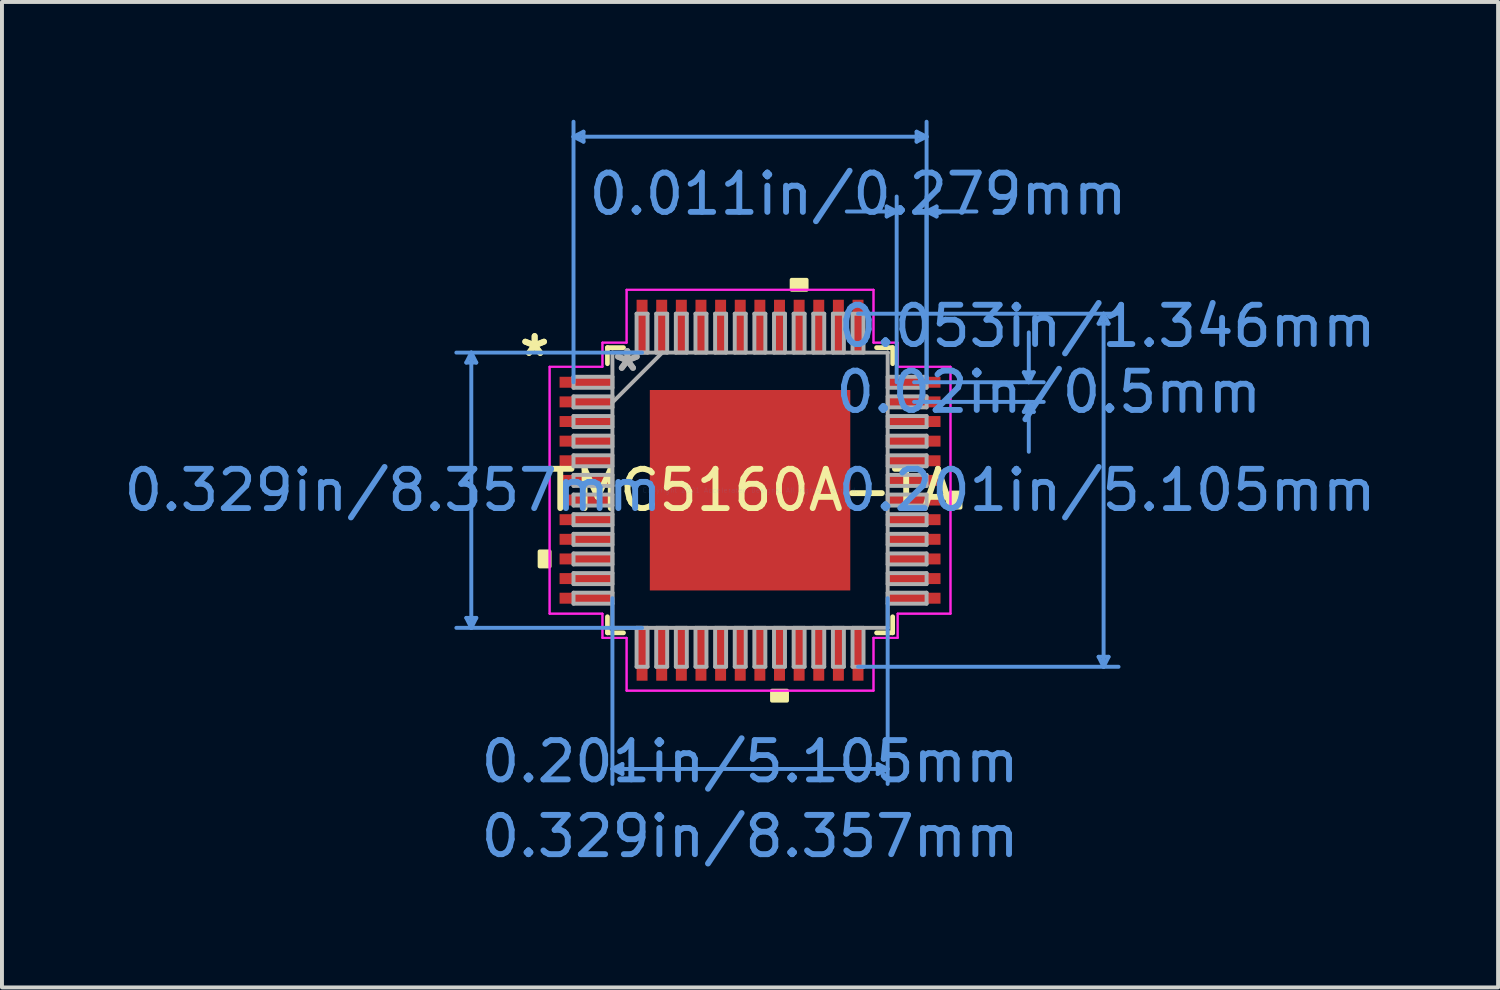
<source format=kicad_pcb>
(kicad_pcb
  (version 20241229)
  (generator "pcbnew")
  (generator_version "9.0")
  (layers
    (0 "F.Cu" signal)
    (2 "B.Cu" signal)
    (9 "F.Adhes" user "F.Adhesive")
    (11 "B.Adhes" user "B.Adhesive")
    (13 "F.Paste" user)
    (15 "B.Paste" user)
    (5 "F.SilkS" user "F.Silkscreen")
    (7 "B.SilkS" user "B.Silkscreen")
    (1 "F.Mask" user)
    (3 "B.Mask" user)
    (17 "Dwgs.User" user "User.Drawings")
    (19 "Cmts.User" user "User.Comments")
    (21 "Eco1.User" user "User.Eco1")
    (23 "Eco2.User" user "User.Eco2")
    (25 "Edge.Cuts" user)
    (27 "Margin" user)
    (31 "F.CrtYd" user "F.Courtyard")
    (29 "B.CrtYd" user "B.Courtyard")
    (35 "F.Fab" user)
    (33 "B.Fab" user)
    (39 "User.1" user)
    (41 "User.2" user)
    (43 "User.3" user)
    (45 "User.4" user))
  (footprint "TMC5160A-TA"
    (layer "F.Cu")
    (at 16.052 9.435)
    (property "Reference" "TMC5160A-TA" (at 0 0 0) (layer "F.SilkS") (effects (font (size 1 1) (thickness 0.15))))
    (attr through_hole)
    (fp_line (start -3.632 -3.632) (end -3.632 -3.222) (stroke (width 0.12) (type solid)) (layer "F.SilkS"))
    (fp_line (start -3.632 3.222) (end -3.632 3.632) (stroke (width 0.12) (type solid)) (layer "F.SilkS"))
    (fp_line (start -3.632 3.632) (end -3.222 3.632) (stroke (width 0.12) (type solid)) (layer "F.SilkS"))
    (fp_line (start -3.222 -3.632) (end -3.632 -3.632) (stroke (width 0.12) (type solid)) (layer "F.SilkS"))
    (fp_line (start 3.222 3.632) (end 3.632 3.632) (stroke (width 0.12) (type solid)) (layer "F.SilkS"))
    (fp_line (start 3.632 -3.632) (end 3.222 -3.632) (stroke (width 0.12) (type solid)) (layer "F.SilkS"))
    (fp_line (start 3.632 -3.222) (end 3.632 -3.632) (stroke (width 0.12) (type solid)) (layer "F.SilkS"))
    (fp_line (start 3.632 3.632) (end 3.632 3.222) (stroke (width 0.12) (type solid)) (layer "F.SilkS"))
    (fp_poly (pts (xy -5.359 1.559) (xy -5.359 1.94) (xy -5.105 1.94) (xy -5.105 1.559)) (stroke (width 0.1) (type solid)) (fill yes) (layer "F.SilkS"))
    (fp_poly (pts (xy 0.56 5.105) (xy 0.56 5.359) (xy 0.941 5.359) (xy 0.941 5.105)) (stroke (width 0.1) (type solid)) (fill yes) (layer "F.SilkS"))
    (fp_poly (pts (xy 1.06 -5.105) (xy 1.06 -5.359) (xy 1.44 -5.359) (xy 1.44 -5.105)) (stroke (width 0.1) (type solid)) (fill yes) (layer "F.SilkS"))
    (fp_poly (pts (xy 5.359 0.059) (xy 5.359 0.441) (xy 5.105 0.441) (xy 5.105 0.059)) (stroke (width 0.1) (type solid)) (fill yes) (layer "F.SilkS"))
    (fp_poly (pts (xy -2.453 -2.453) (xy -2.453 -1.376) (xy -1.376 -1.376) (xy -1.376 -2.453)) (stroke (width 0.1) (type solid)) (fill yes) (layer "F.Paste"))
    (fp_poly (pts (xy -2.453 -1.176) (xy -2.453 -0.1) (xy -1.376 -0.1) (xy -1.376 -1.176)) (stroke (width 0.1) (type solid)) (fill yes) (layer "F.Paste"))
    (fp_poly (pts (xy -2.453 0.1) (xy -2.453 1.176) (xy -1.376 1.176) (xy -1.376 0.1)) (stroke (width 0.1) (type solid)) (fill yes) (layer "F.Paste"))
    (fp_poly (pts (xy -2.453 1.376) (xy -2.453 2.453) (xy -1.376 2.453) (xy -1.376 1.376)) (stroke (width 0.1) (type solid)) (fill yes) (layer "F.Paste"))
    (fp_poly (pts (xy -1.176 -2.453) (xy -1.176 -1.376) (xy -0.1 -1.376) (xy -0.1 -2.453)) (stroke (width 0.1) (type solid)) (fill yes) (layer "F.Paste"))
    (fp_poly (pts (xy -1.176 -1.176) (xy -1.176 -0.1) (xy -0.1 -0.1) (xy -0.1 -1.176)) (stroke (width 0.1) (type solid)) (fill yes) (layer "F.Paste"))
    (fp_poly (pts (xy -1.176 0.1) (xy -1.176 1.176) (xy -0.1 1.176) (xy -0.1 0.1)) (stroke (width 0.1) (type solid)) (fill yes) (layer "F.Paste"))
    (fp_poly (pts (xy -1.176 1.376) (xy -1.176 2.453) (xy -0.1 2.453) (xy -0.1 1.376)) (stroke (width 0.1) (type solid)) (fill yes) (layer "F.Paste"))
    (fp_poly (pts (xy 0.1 -2.453) (xy 0.1 -1.376) (xy 1.176 -1.376) (xy 1.176 -2.453)) (stroke (width 0.1) (type solid)) (fill yes) (layer "F.Paste"))
    (fp_poly (pts (xy 0.1 -1.176) (xy 0.1 -0.1) (xy 1.176 -0.1) (xy 1.176 -1.176)) (stroke (width 0.1) (type solid)) (fill yes) (layer "F.Paste"))
    (fp_poly (pts (xy 0.1 0.1) (xy 0.1 1.176) (xy 1.176 1.176) (xy 1.176 0.1)) (stroke (width 0.1) (type solid)) (fill yes) (layer "F.Paste"))
    (fp_poly (pts (xy 0.1 1.376) (xy 0.1 2.453) (xy 1.176 2.453) (xy 1.176 1.376)) (stroke (width 0.1) (type solid)) (fill yes) (layer "F.Paste"))
    (fp_poly (pts (xy 1.376 -2.453) (xy 1.376 -1.376) (xy 2.453 -1.376) (xy 2.453 -2.453)) (stroke (width 0.1) (type solid)) (fill yes) (layer "F.Paste"))
    (fp_poly (pts (xy 1.376 -1.176) (xy 1.376 -0.1) (xy 2.453 -0.1) (xy 2.453 -1.176)) (stroke (width 0.1) (type solid)) (fill yes) (layer "F.Paste"))
    (fp_poly (pts (xy 1.376 0.1) (xy 1.376 1.176) (xy 2.453 1.176) (xy 2.453 0.1)) (stroke (width 0.1) (type solid)) (fill yes) (layer "F.Paste"))
    (fp_poly (pts (xy 1.376 1.376) (xy 1.376 2.453) (xy 2.453 2.453) (xy 2.453 1.376)) (stroke (width 0.1) (type solid)) (fill yes) (layer "F.Paste"))
    (fp_line (start -7.226 -3.251) (end -6.972 -3.251) (stroke (width 0.1) (type solid)) (layer "Cmts.User"))
    (fp_line (start -7.226 3.251) (end -6.972 3.251) (stroke (width 0.1) (type solid)) (layer "Cmts.User"))
    (fp_line (start -7.099 -3.505) (end -7.226 -3.251) (stroke (width 0.1) (type solid)) (layer "Cmts.User"))
    (fp_line (start -7.099 -3.505) (end -7.099 3.505) (stroke (width 0.1) (type solid)) (layer "Cmts.User"))
    (fp_line (start -7.099 -3.505) (end -6.972 -3.251) (stroke (width 0.1) (type solid)) (layer "Cmts.User"))
    (fp_line (start -7.099 3.505) (end -7.226 3.251) (stroke (width 0.1) (type solid)) (layer "Cmts.User"))
    (fp_line (start -7.099 3.505) (end -6.972 3.251) (stroke (width 0.1) (type solid)) (layer "Cmts.User"))
    (fp_line (start -4.496 -9.004) (end -4.242 -9.131) (stroke (width 0.1) (type solid)) (layer "Cmts.User"))
    (fp_line (start -4.496 -9.004) (end -4.242 -8.877) (stroke (width 0.1) (type solid)) (layer "Cmts.User"))
    (fp_line (start -4.496 -9.004) (end 4.496 -9.004) (stroke (width 0.1) (type solid)) (layer "Cmts.User"))
    (fp_line (start -4.496 -2.75) (end -4.496 -9.385) (stroke (width 0.1) (type solid)) (layer "Cmts.User"))
    (fp_line (start -4.242 -9.131) (end -4.242 -8.877) (stroke (width 0.1) (type solid)) (layer "Cmts.User"))
    (fp_line (start -3.505 2.75) (end -3.505 7.48) (stroke (width 0.1) (type solid)) (layer "Cmts.User"))
    (fp_line (start -3.505 7.099) (end -3.251 6.972) (stroke (width 0.1) (type solid)) (layer "Cmts.User"))
    (fp_line (start -3.505 7.099) (end -3.251 7.226) (stroke (width 0.1) (type solid)) (layer "Cmts.User"))
    (fp_line (start -3.505 7.099) (end 3.505 7.099) (stroke (width 0.1) (type solid)) (layer "Cmts.User"))
    (fp_line (start -3.251 6.972) (end -3.251 7.226) (stroke (width 0.1) (type solid)) (layer "Cmts.User"))
    (fp_line (start -2.75 -3.505) (end -7.48 -3.505) (stroke (width 0.1) (type solid)) (layer "Cmts.User"))
    (fp_line (start -2.75 3.505) (end -7.48 3.505) (stroke (width 0.1) (type solid)) (layer "Cmts.User"))
    (fp_line (start 2.75 -4.496) (end 9.385 -4.496) (stroke (width 0.1) (type solid)) (layer "Cmts.User"))
    (fp_line (start 2.75 4.496) (end 9.385 4.496) (stroke (width 0.1) (type solid)) (layer "Cmts.User"))
    (fp_line (start 3.251 6.972) (end 3.251 7.226) (stroke (width 0.1) (type solid)) (layer "Cmts.User"))
    (fp_line (start 3.48 -7.226) (end 3.48 -6.972) (stroke (width 0.1) (type solid)) (layer "Cmts.User"))
    (fp_line (start 3.505 2.75) (end 3.505 7.48) (stroke (width 0.1) (type solid)) (layer "Cmts.User"))
    (fp_line (start 3.505 7.099) (end 3.251 6.972) (stroke (width 0.1) (type solid)) (layer "Cmts.User"))
    (fp_line (start 3.505 7.099) (end 3.251 7.226) (stroke (width 0.1) (type solid)) (layer "Cmts.User"))
    (fp_line (start 3.734 -7.099) (end 2.464 -7.099) (stroke (width 0.1) (type solid)) (layer "Cmts.User"))
    (fp_line (start 3.734 -7.099) (end 3.48 -7.226) (stroke (width 0.1) (type solid)) (layer "Cmts.User"))
    (fp_line (start 3.734 -7.099) (end 3.48 -6.972) (stroke (width 0.1) (type solid)) (layer "Cmts.User"))
    (fp_line (start 3.734 -2.75) (end 3.734 -7.48) (stroke (width 0.1) (type solid)) (layer "Cmts.User"))
    (fp_line (start 4.178 -2.75) (end 7.48 -2.75) (stroke (width 0.1) (type solid)) (layer "Cmts.User"))
    (fp_line (start 4.178 -2.25) (end 7.48 -2.25) (stroke (width 0.1) (type solid)) (layer "Cmts.User"))
    (fp_line (start 4.242 -9.131) (end 4.242 -8.877) (stroke (width 0.1) (type solid)) (layer "Cmts.User"))
    (fp_line (start 4.496 -9.004) (end 4.242 -9.131) (stroke (width 0.1) (type solid)) (layer "Cmts.User"))
    (fp_line (start 4.496 -9.004) (end 4.242 -8.877) (stroke (width 0.1) (type solid)) (layer "Cmts.User"))
    (fp_line (start 4.496 -7.099) (end 4.75 -7.226) (stroke (width 0.1) (type solid)) (layer "Cmts.User"))
    (fp_line (start 4.496 -7.099) (end 4.75 -6.972) (stroke (width 0.1) (type solid)) (layer "Cmts.User"))
    (fp_line (start 4.496 -7.099) (end 5.766 -7.099) (stroke (width 0.1) (type solid)) (layer "Cmts.User"))
    (fp_line (start 4.496 -2.75) (end 4.496 -9.385) (stroke (width 0.1) (type solid)) (layer "Cmts.User"))
    (fp_line (start 4.496 -2.75) (end 4.496 -7.48) (stroke (width 0.1) (type solid)) (layer "Cmts.User"))
    (fp_line (start 4.75 -7.226) (end 4.75 -6.972) (stroke (width 0.1) (type solid)) (layer "Cmts.User"))
    (fp_line (start 6.972 -3.004) (end 7.226 -3.004) (stroke (width 0.1) (type solid)) (layer "Cmts.User"))
    (fp_line (start 6.972 -1.996) (end 7.226 -1.996) (stroke (width 0.1) (type solid)) (layer "Cmts.User"))
    (fp_line (start 7.099 -2.75) (end 6.972 -3.004) (stroke (width 0.1) (type solid)) (layer "Cmts.User"))
    (fp_line (start 7.099 -2.75) (end 7.099 -4.02) (stroke (width 0.1) (type solid)) (layer "Cmts.User"))
    (fp_line (start 7.099 -2.75) (end 7.226 -3.004) (stroke (width 0.1) (type solid)) (layer "Cmts.User"))
    (fp_line (start 7.099 -2.25) (end 6.972 -1.996) (stroke (width 0.1) (type solid)) (layer "Cmts.User"))
    (fp_line (start 7.099 -2.25) (end 7.099 -0.98) (stroke (width 0.1) (type solid)) (layer "Cmts.User"))
    (fp_line (start 7.099 -2.25) (end 7.226 -1.996) (stroke (width 0.1) (type solid)) (layer "Cmts.User"))
    (fp_line (start 8.877 -4.242) (end 9.131 -4.242) (stroke (width 0.1) (type solid)) (layer "Cmts.User"))
    (fp_line (start 8.877 4.242) (end 9.131 4.242) (stroke (width 0.1) (type solid)) (layer "Cmts.User"))
    (fp_line (start 9.004 -4.496) (end 8.877 -4.242) (stroke (width 0.1) (type solid)) (layer "Cmts.User"))
    (fp_line (start 9.004 -4.496) (end 9.004 4.496) (stroke (width 0.1) (type solid)) (layer "Cmts.User"))
    (fp_line (start 9.004 -4.496) (end 9.131 -4.242) (stroke (width 0.1) (type solid)) (layer "Cmts.User"))
    (fp_line (start 9.004 4.496) (end 8.877 4.242) (stroke (width 0.1) (type solid)) (layer "Cmts.User"))
    (fp_line (start 9.004 4.496) (end 9.131 4.242) (stroke (width 0.1) (type solid)) (layer "Cmts.User"))
    (fp_line (start -5.105 -3.144) (end -3.759 -3.144) (stroke (width 0.05) (type solid)) (layer "F.CrtYd"))
    (fp_line (start -5.105 -3.144) (end -3.759 -3.144) (stroke (width 0.05) (type solid)) (layer "F.CrtYd"))
    (fp_line (start -5.105 3.144) (end -5.105 -3.144) (stroke (width 0.05) (type solid)) (layer "F.CrtYd"))
    (fp_line (start -5.105 3.144) (end -5.105 -3.144) (stroke (width 0.05) (type solid)) (layer "F.CrtYd"))
    (fp_line (start -3.759 -3.759) (end -3.144 -3.759) (stroke (width 0.05) (type solid)) (layer "F.CrtYd"))
    (fp_line (start -3.759 -3.759) (end -3.144 -3.759) (stroke (width 0.05) (type solid)) (layer "F.CrtYd"))
    (fp_line (start -3.759 -3.144) (end -3.759 -3.759) (stroke (width 0.05) (type solid)) (layer "F.CrtYd"))
    (fp_line (start -3.759 -3.144) (end -3.759 -3.759) (stroke (width 0.05) (type solid)) (layer "F.CrtYd"))
    (fp_line (start -3.759 3.144) (end -5.105 3.144) (stroke (width 0.05) (type solid)) (layer "F.CrtYd"))
    (fp_line (start -3.759 3.144) (end -5.105 3.144) (stroke (width 0.05) (type solid)) (layer "F.CrtYd"))
    (fp_line (start -3.759 3.759) (end -3.759 3.144) (stroke (width 0.05) (type solid)) (layer "F.CrtYd"))
    (fp_line (start -3.759 3.759) (end -3.759 3.144) (stroke (width 0.05) (type solid)) (layer "F.CrtYd"))
    (fp_line (start -3.759 3.759) (end -3.144 3.759) (stroke (width 0.05) (type solid)) (layer "F.CrtYd"))
    (fp_line (start -3.144 -5.105) (end 3.144 -5.105) (stroke (width 0.05) (type solid)) (layer "F.CrtYd"))
    (fp_line (start -3.144 -5.105) (end 3.144 -5.105) (stroke (width 0.05) (type solid)) (layer "F.CrtYd"))
    (fp_line (start -3.144 -3.759) (end -3.144 -5.105) (stroke (width 0.05) (type solid)) (layer "F.CrtYd"))
    (fp_line (start -3.144 -3.759) (end -3.144 -5.105) (stroke (width 0.05) (type solid)) (layer "F.CrtYd"))
    (fp_line (start -3.144 3.759) (end -3.759 3.759) (stroke (width 0.05) (type solid)) (layer "F.CrtYd"))
    (fp_line (start -3.144 3.759) (end -3.144 5.105) (stroke (width 0.05) (type solid)) (layer "F.CrtYd"))
    (fp_line (start -3.144 5.105) (end -3.144 3.759) (stroke (width 0.05) (type solid)) (layer "F.CrtYd"))
    (fp_line (start -3.144 5.105) (end 3.144 5.105) (stroke (width 0.05) (type solid)) (layer "F.CrtYd"))
    (fp_line (start 3.144 -5.105) (end 3.144 -3.759) (stroke (width 0.05) (type solid)) (layer "F.CrtYd"))
    (fp_line (start 3.144 -5.105) (end 3.144 -3.759) (stroke (width 0.05) (type solid)) (layer "F.CrtYd"))
    (fp_line (start 3.144 -3.759) (end 3.759 -3.759) (stroke (width 0.05) (type solid)) (layer "F.CrtYd"))
    (fp_line (start 3.144 -3.759) (end 3.759 -3.759) (stroke (width 0.05) (type solid)) (layer "F.CrtYd"))
    (fp_line (start 3.144 3.759) (end 3.144 5.105) (stroke (width 0.05) (type solid)) (layer "F.CrtYd"))
    (fp_line (start 3.144 3.759) (end 3.759 3.759) (stroke (width 0.05) (type solid)) (layer "F.CrtYd"))
    (fp_line (start 3.144 5.105) (end -3.144 5.105) (stroke (width 0.05) (type solid)) (layer "F.CrtYd"))
    (fp_line (start 3.144 5.105) (end 3.144 3.759) (stroke (width 0.05) (type solid)) (layer "F.CrtYd"))
    (fp_line (start 3.759 -3.759) (end 3.759 -3.144) (stroke (width 0.05) (type solid)) (layer "F.CrtYd"))
    (fp_line (start 3.759 -3.144) (end 3.759 -3.759) (stroke (width 0.05) (type solid)) (layer "F.CrtYd"))
    (fp_line (start 3.759 -3.144) (end 5.105 -3.144) (stroke (width 0.05) (type solid)) (layer "F.CrtYd"))
    (fp_line (start 3.759 3.144) (end 3.759 3.759) (stroke (width 0.05) (type solid)) (layer "F.CrtYd"))
    (fp_line (start 3.759 3.144) (end 5.105 3.144) (stroke (width 0.05) (type solid)) (layer "F.CrtYd"))
    (fp_line (start 3.759 3.759) (end 3.144 3.759) (stroke (width 0.05) (type solid)) (layer "F.CrtYd"))
    (fp_line (start 3.759 3.759) (end 3.759 3.144) (stroke (width 0.05) (type solid)) (layer "F.CrtYd"))
    (fp_line (start 5.105 -3.144) (end 3.759 -3.144) (stroke (width 0.05) (type solid)) (layer "F.CrtYd"))
    (fp_line (start 5.105 -3.144) (end 5.105 3.144) (stroke (width 0.05) (type solid)) (layer "F.CrtYd"))
    (fp_line (start 5.105 3.144) (end 3.759 3.144) (stroke (width 0.05) (type solid)) (layer "F.CrtYd"))
    (fp_line (start 5.105 3.144) (end 5.105 -3.144) (stroke (width 0.05) (type solid)) (layer "F.CrtYd"))
    (fp_line (start -4.496 -2.89) (end -4.496 -2.61) (stroke (width 0.1) (type solid)) (layer "F.Fab"))
    (fp_line (start -4.496 -2.61) (end -3.505 -2.61) (stroke (width 0.1) (type solid)) (layer "F.Fab"))
    (fp_line (start -4.496 -2.39) (end -4.496 -2.11) (stroke (width 0.1) (type solid)) (layer "F.Fab"))
    (fp_line (start -4.496 -2.11) (end -3.505 -2.11) (stroke (width 0.1) (type solid)) (layer "F.Fab"))
    (fp_line (start -4.496 -1.89) (end -4.496 -1.61) (stroke (width 0.1) (type solid)) (layer "F.Fab"))
    (fp_line (start -4.496 -1.61) (end -3.505 -1.61) (stroke (width 0.1) (type solid)) (layer "F.Fab"))
    (fp_line (start -4.496 -1.39) (end -4.496 -1.11) (stroke (width 0.1) (type solid)) (layer "F.Fab"))
    (fp_line (start -4.496 -1.11) (end -3.505 -1.11) (stroke (width 0.1) (type solid)) (layer "F.Fab"))
    (fp_line (start -4.496 -0.89) (end -4.496 -0.61) (stroke (width 0.1) (type solid)) (layer "F.Fab"))
    (fp_line (start -4.496 -0.61) (end -3.505 -0.61) (stroke (width 0.1) (type solid)) (layer "F.Fab"))
    (fp_line (start -4.496 -0.39) (end -4.496 -0.11) (stroke (width 0.1) (type solid)) (layer "F.Fab"))
    (fp_line (start -4.496 -0.11) (end -3.505 -0.11) (stroke (width 0.1) (type solid)) (layer "F.Fab"))
    (fp_line (start -4.496 0.11) (end -4.496 0.39) (stroke (width 0.1) (type solid)) (layer "F.Fab"))
    (fp_line (start -4.496 0.39) (end -3.505 0.39) (stroke (width 0.1) (type solid)) (layer "F.Fab"))
    (fp_line (start -4.496 0.61) (end -4.496 0.89) (stroke (width 0.1) (type solid)) (layer "F.Fab"))
    (fp_line (start -4.496 0.89) (end -3.505 0.89) (stroke (width 0.1) (type solid)) (layer "F.Fab"))
    (fp_line (start -4.496 1.11) (end -4.496 1.39) (stroke (width 0.1) (type solid)) (layer "F.Fab"))
    (fp_line (start -4.496 1.39) (end -3.505 1.39) (stroke (width 0.1) (type solid)) (layer "F.Fab"))
    (fp_line (start -4.496 1.61) (end -4.496 1.89) (stroke (width 0.1) (type solid)) (layer "F.Fab"))
    (fp_line (start -4.496 1.89) (end -3.505 1.89) (stroke (width 0.1) (type solid)) (layer "F.Fab"))
    (fp_line (start -4.496 2.11) (end -4.496 2.39) (stroke (width 0.1) (type solid)) (layer "F.Fab"))
    (fp_line (start -4.496 2.39) (end -3.505 2.39) (stroke (width 0.1) (type solid)) (layer "F.Fab"))
    (fp_line (start -4.496 2.61) (end -4.496 2.89) (stroke (width 0.1) (type solid)) (layer "F.Fab"))
    (fp_line (start -4.496 2.89) (end -3.505 2.89) (stroke (width 0.1) (type solid)) (layer "F.Fab"))
    (fp_line (start -3.505 -3.505) (end -3.505 -3.505) (stroke (width 0.1) (type solid)) (layer "F.Fab"))
    (fp_line (start -3.505 -3.505) (end -3.505 3.505) (stroke (width 0.1) (type solid)) (layer "F.Fab"))
    (fp_line (start -3.505 -2.89) (end -4.496 -2.89) (stroke (width 0.1) (type solid)) (layer "F.Fab"))
    (fp_line (start -3.505 -2.61) (end -3.505 -2.89) (stroke (width 0.1) (type solid)) (layer "F.Fab"))
    (fp_line (start -3.505 -2.39) (end -4.496 -2.39) (stroke (width 0.1) (type solid)) (layer "F.Fab"))
    (fp_line (start -3.505 -2.235) (end -2.235 -3.505) (stroke (width 0.1) (type solid)) (layer "F.Fab"))
    (fp_line (start -3.505 -2.11) (end -3.505 -2.39) (stroke (width 0.1) (type solid)) (layer "F.Fab"))
    (fp_line (start -3.505 -1.89) (end -4.496 -1.89) (stroke (width 0.1) (type solid)) (layer "F.Fab"))
    (fp_line (start -3.505 -1.61) (end -3.505 -1.89) (stroke (width 0.1) (type solid)) (layer "F.Fab"))
    (fp_line (start -3.505 -1.39) (end -4.496 -1.39) (stroke (width 0.1) (type solid)) (layer "F.Fab"))
    (fp_line (start -3.505 -1.11) (end -3.505 -1.39) (stroke (width 0.1) (type solid)) (layer "F.Fab"))
    (fp_line (start -3.505 -0.89) (end -4.496 -0.89) (stroke (width 0.1) (type solid)) (layer "F.Fab"))
    (fp_line (start -3.505 -0.61) (end -3.505 -0.89) (stroke (width 0.1) (type solid)) (layer "F.Fab"))
    (fp_line (start -3.505 -0.39) (end -4.496 -0.39) (stroke (width 0.1) (type solid)) (layer "F.Fab"))
    (fp_line (start -3.505 -0.11) (end -3.505 -0.39) (stroke (width 0.1) (type solid)) (layer "F.Fab"))
    (fp_line (start -3.505 0.11) (end -4.496 0.11) (stroke (width 0.1) (type solid)) (layer "F.Fab"))
    (fp_line (start -3.505 0.39) (end -3.505 0.11) (stroke (width 0.1) (type solid)) (layer "F.Fab"))
    (fp_line (start -3.505 0.61) (end -4.496 0.61) (stroke (width 0.1) (type solid)) (layer "F.Fab"))
    (fp_line (start -3.505 0.89) (end -3.505 0.61) (stroke (width 0.1) (type solid)) (layer "F.Fab"))
    (fp_line (start -3.505 1.11) (end -4.496 1.11) (stroke (width 0.1) (type solid)) (layer "F.Fab"))
    (fp_line (start -3.505 1.39) (end -3.505 1.11) (stroke (width 0.1) (type solid)) (layer "F.Fab"))
    (fp_line (start -3.505 1.61) (end -4.496 1.61) (stroke (width 0.1) (type solid)) (layer "F.Fab"))
    (fp_line (start -3.505 1.89) (end -3.505 1.61) (stroke (width 0.1) (type solid)) (layer "F.Fab"))
    (fp_line (start -3.505 2.11) (end -4.496 2.11) (stroke (width 0.1) (type solid)) (layer "F.Fab"))
    (fp_line (start -3.505 2.39) (end -3.505 2.11) (stroke (width 0.1) (type solid)) (layer "F.Fab"))
    (fp_line (start -3.505 2.61) (end -4.496 2.61) (stroke (width 0.1) (type solid)) (layer "F.Fab"))
    (fp_line (start -3.505 2.89) (end -3.505 2.61) (stroke (width 0.1) (type solid)) (layer "F.Fab"))
    (fp_line (start -3.505 3.505) (end -3.505 3.505) (stroke (width 0.1) (type solid)) (layer "F.Fab"))
    (fp_line (start -3.505 3.505) (end 3.505 3.505) (stroke (width 0.1) (type solid)) (layer "F.Fab"))
    (fp_line (start -2.89 -4.496) (end -2.89 -3.505) (stroke (width 0.1) (type solid)) (layer "F.Fab"))
    (fp_line (start -2.89 -3.505) (end -2.61 -3.505) (stroke (width 0.1) (type solid)) (layer "F.Fab"))
    (fp_line (start -2.89 3.505) (end -2.89 4.496) (stroke (width 0.1) (type solid)) (layer "F.Fab"))
    (fp_line (start -2.89 4.496) (end -2.61 4.496) (stroke (width 0.1) (type solid)) (layer "F.Fab"))
    (fp_line (start -2.61 -4.496) (end -2.89 -4.496) (stroke (width 0.1) (type solid)) (layer "F.Fab"))
    (fp_line (start -2.61 -3.505) (end -2.61 -4.496) (stroke (width 0.1) (type solid)) (layer "F.Fab"))
    (fp_line (start -2.61 3.505) (end -2.89 3.505) (stroke (width 0.1) (type solid)) (layer "F.Fab"))
    (fp_line (start -2.61 4.496) (end -2.61 3.505) (stroke (width 0.1) (type solid)) (layer "F.Fab"))
    (fp_line (start -2.39 -4.496) (end -2.39 -3.505) (stroke (width 0.1) (type solid)) (layer "F.Fab"))
    (fp_line (start -2.39 -3.505) (end -2.11 -3.505) (stroke (width 0.1) (type solid)) (layer "F.Fab"))
    (fp_line (start -2.39 3.505) (end -2.39 4.496) (stroke (width 0.1) (type solid)) (layer "F.Fab"))
    (fp_line (start -2.39 4.496) (end -2.11 4.496) (stroke (width 0.1) (type solid)) (layer "F.Fab"))
    (fp_line (start -2.11 -4.496) (end -2.39 -4.496) (stroke (width 0.1) (type solid)) (layer "F.Fab"))
    (fp_line (start -2.11 -3.505) (end -2.11 -4.496) (stroke (width 0.1) (type solid)) (layer "F.Fab"))
    (fp_line (start -2.11 3.505) (end -2.39 3.505) (stroke (width 0.1) (type solid)) (layer "F.Fab"))
    (fp_line (start -2.11 4.496) (end -2.11 3.505) (stroke (width 0.1) (type solid)) (layer "F.Fab"))
    (fp_line (start -1.89 -4.496) (end -1.89 -3.505) (stroke (width 0.1) (type solid)) (layer "F.Fab"))
    (fp_line (start -1.89 -3.505) (end -1.61 -3.505) (stroke (width 0.1) (type solid)) (layer "F.Fab"))
    (fp_line (start -1.89 3.505) (end -1.89 4.496) (stroke (width 0.1) (type solid)) (layer "F.Fab"))
    (fp_line (start -1.89 4.496) (end -1.61 4.496) (stroke (width 0.1) (type solid)) (layer "F.Fab"))
    (fp_line (start -1.61 -4.496) (end -1.89 -4.496) (stroke (width 0.1) (type solid)) (layer "F.Fab"))
    (fp_line (start -1.61 -3.505) (end -1.61 -4.496) (stroke (width 0.1) (type solid)) (layer "F.Fab"))
    (fp_line (start -1.61 3.505) (end -1.89 3.505) (stroke (width 0.1) (type solid)) (layer "F.Fab"))
    (fp_line (start -1.61 4.496) (end -1.61 3.505) (stroke (width 0.1) (type solid)) (layer "F.Fab"))
    (fp_line (start -1.39 -4.496) (end -1.39 -3.505) (stroke (width 0.1) (type solid)) (layer "F.Fab"))
    (fp_line (start -1.39 -3.505) (end -1.11 -3.505) (stroke (width 0.1) (type solid)) (layer "F.Fab"))
    (fp_line (start -1.39 3.505) (end -1.39 4.496) (stroke (width 0.1) (type solid)) (layer "F.Fab"))
    (fp_line (start -1.39 4.496) (end -1.11 4.496) (stroke (width 0.1) (type solid)) (layer "F.Fab"))
    (fp_line (start -1.11 -4.496) (end -1.39 -4.496) (stroke (width 0.1) (type solid)) (layer "F.Fab"))
    (fp_line (start -1.11 -3.505) (end -1.11 -4.496) (stroke (width 0.1) (type solid)) (layer "F.Fab"))
    (fp_line (start -1.11 3.505) (end -1.39 3.505) (stroke (width 0.1) (type solid)) (layer "F.Fab"))
    (fp_line (start -1.11 4.496) (end -1.11 3.505) (stroke (width 0.1) (type solid)) (layer "F.Fab"))
    (fp_line (start -0.89 -4.496) (end -0.89 -3.505) (stroke (width 0.1) (type solid)) (layer "F.Fab"))
    (fp_line (start -0.89 -3.505) (end -0.61 -3.505) (stroke (width 0.1) (type solid)) (layer "F.Fab"))
    (fp_line (start -0.89 3.505) (end -0.89 4.496) (stroke (width 0.1) (type solid)) (layer "F.Fab"))
    (fp_line (start -0.89 4.496) (end -0.61 4.496) (stroke (width 0.1) (type solid)) (layer "F.Fab"))
    (fp_line (start -0.61 -4.496) (end -0.89 -4.496) (stroke (width 0.1) (type solid)) (layer "F.Fab"))
    (fp_line (start -0.61 -3.505) (end -0.61 -4.496) (stroke (width 0.1) (type solid)) (layer "F.Fab"))
    (fp_line (start -0.61 3.505) (end -0.89 3.505) (stroke (width 0.1) (type solid)) (layer "F.Fab"))
    (fp_line (start -0.61 4.496) (end -0.61 3.505) (stroke (width 0.1) (type solid)) (layer "F.Fab"))
    (fp_line (start -0.39 -4.496) (end -0.39 -3.505) (stroke (width 0.1) (type solid)) (layer "F.Fab"))
    (fp_line (start -0.39 -3.505) (end -0.11 -3.505) (stroke (width 0.1) (type solid)) (layer "F.Fab"))
    (fp_line (start -0.39 3.505) (end -0.39 4.496) (stroke (width 0.1) (type solid)) (layer "F.Fab"))
    (fp_line (start -0.39 4.496) (end -0.11 4.496) (stroke (width 0.1) (type solid)) (layer "F.Fab"))
    (fp_line (start -0.11 -4.496) (end -0.39 -4.496) (stroke (width 0.1) (type solid)) (layer "F.Fab"))
    (fp_line (start -0.11 -3.505) (end -0.11 -4.496) (stroke (width 0.1) (type solid)) (layer "F.Fab"))
    (fp_line (start -0.11 3.505) (end -0.39 3.505) (stroke (width 0.1) (type solid)) (layer "F.Fab"))
    (fp_line (start -0.11 4.496) (end -0.11 3.505) (stroke (width 0.1) (type solid)) (layer "F.Fab"))
    (fp_line (start 0.11 -4.496) (end 0.11 -3.505) (stroke (width 0.1) (type solid)) (layer "F.Fab"))
    (fp_line (start 0.11 -3.505) (end 0.39 -3.505) (stroke (width 0.1) (type solid)) (layer "F.Fab"))
    (fp_line (start 0.11 3.505) (end 0.11 4.496) (stroke (width 0.1) (type solid)) (layer "F.Fab"))
    (fp_line (start 0.11 4.496) (end 0.39 4.496) (stroke (width 0.1) (type solid)) (layer "F.Fab"))
    (fp_line (start 0.39 -4.496) (end 0.11 -4.496) (stroke (width 0.1) (type solid)) (layer "F.Fab"))
    (fp_line (start 0.39 -3.505) (end 0.39 -4.496) (stroke (width 0.1) (type solid)) (layer "F.Fab"))
    (fp_line (start 0.39 3.505) (end 0.11 3.505) (stroke (width 0.1) (type solid)) (layer "F.Fab"))
    (fp_line (start 0.39 4.496) (end 0.39 3.505) (stroke (width 0.1) (type solid)) (layer "F.Fab"))
    (fp_line (start 0.61 -4.496) (end 0.61 -3.505) (stroke (width 0.1) (type solid)) (layer "F.Fab"))
    (fp_line (start 0.61 -3.505) (end 0.89 -3.505) (stroke (width 0.1) (type solid)) (layer "F.Fab"))
    (fp_line (start 0.61 3.505) (end 0.61 4.496) (stroke (width 0.1) (type solid)) (layer "F.Fab"))
    (fp_line (start 0.61 4.496) (end 0.89 4.496) (stroke (width 0.1) (type solid)) (layer "F.Fab"))
    (fp_line (start 0.89 -4.496) (end 0.61 -4.496) (stroke (width 0.1) (type solid)) (layer "F.Fab"))
    (fp_line (start 0.89 -3.505) (end 0.89 -4.496) (stroke (width 0.1) (type solid)) (layer "F.Fab"))
    (fp_line (start 0.89 3.505) (end 0.61 3.505) (stroke (width 0.1) (type solid)) (layer "F.Fab"))
    (fp_line (start 0.89 4.496) (end 0.89 3.505) (stroke (width 0.1) (type solid)) (layer "F.Fab"))
    (fp_line (start 1.11 -4.496) (end 1.11 -3.505) (stroke (width 0.1) (type solid)) (layer "F.Fab"))
    (fp_line (start 1.11 -3.505) (end 1.39 -3.505) (stroke (width 0.1) (type solid)) (layer "F.Fab"))
    (fp_line (start 1.11 3.505) (end 1.11 4.496) (stroke (width 0.1) (type solid)) (layer "F.Fab"))
    (fp_line (start 1.11 4.496) (end 1.39 4.496) (stroke (width 0.1) (type solid)) (layer "F.Fab"))
    (fp_line (start 1.39 -4.496) (end 1.11 -4.496) (stroke (width 0.1) (type solid)) (layer "F.Fab"))
    (fp_line (start 1.39 -3.505) (end 1.39 -4.496) (stroke (width 0.1) (type solid)) (layer "F.Fab"))
    (fp_line (start 1.39 3.505) (end 1.11 3.505) (stroke (width 0.1) (type solid)) (layer "F.Fab"))
    (fp_line (start 1.39 4.496) (end 1.39 3.505) (stroke (width 0.1) (type solid)) (layer "F.Fab"))
    (fp_line (start 1.61 -4.496) (end 1.61 -3.505) (stroke (width 0.1) (type solid)) (layer "F.Fab"))
    (fp_line (start 1.61 -3.505) (end 1.89 -3.505) (stroke (width 0.1) (type solid)) (layer "F.Fab"))
    (fp_line (start 1.61 3.505) (end 1.61 4.496) (stroke (width 0.1) (type solid)) (layer "F.Fab"))
    (fp_line (start 1.61 4.496) (end 1.89 4.496) (stroke (width 0.1) (type solid)) (layer "F.Fab"))
    (fp_line (start 1.89 -4.496) (end 1.61 -4.496) (stroke (width 0.1) (type solid)) (layer "F.Fab"))
    (fp_line (start 1.89 -3.505) (end 1.89 -4.496) (stroke (width 0.1) (type solid)) (layer "F.Fab"))
    (fp_line (start 1.89 3.505) (end 1.61 3.505) (stroke (width 0.1) (type solid)) (layer "F.Fab"))
    (fp_line (start 1.89 4.496) (end 1.89 3.505) (stroke (width 0.1) (type solid)) (layer "F.Fab"))
    (fp_line (start 2.11 -4.496) (end 2.11 -3.505) (stroke (width 0.1) (type solid)) (layer "F.Fab"))
    (fp_line (start 2.11 -3.505) (end 2.39 -3.505) (stroke (width 0.1) (type solid)) (layer "F.Fab"))
    (fp_line (start 2.11 3.505) (end 2.11 4.496) (stroke (width 0.1) (type solid)) (layer "F.Fab"))
    (fp_line (start 2.11 4.496) (end 2.39 4.496) (stroke (width 0.1) (type solid)) (layer "F.Fab"))
    (fp_line (start 2.39 -4.496) (end 2.11 -4.496) (stroke (width 0.1) (type solid)) (layer "F.Fab"))
    (fp_line (start 2.39 -3.505) (end 2.39 -4.496) (stroke (width 0.1) (type solid)) (layer "F.Fab"))
    (fp_line (start 2.39 3.505) (end 2.11 3.505) (stroke (width 0.1) (type solid)) (layer "F.Fab"))
    (fp_line (start 2.39 4.496) (end 2.39 3.505) (stroke (width 0.1) (type solid)) (layer "F.Fab"))
    (fp_line (start 2.61 -4.496) (end 2.61 -3.505) (stroke (width 0.1) (type solid)) (layer "F.Fab"))
    (fp_line (start 2.61 -3.505) (end 2.89 -3.505) (stroke (width 0.1) (type solid)) (layer "F.Fab"))
    (fp_line (start 2.61 3.505) (end 2.61 4.496) (stroke (width 0.1) (type solid)) (layer "F.Fab"))
    (fp_line (start 2.61 4.496) (end 2.89 4.496) (stroke (width 0.1) (type solid)) (layer "F.Fab"))
    (fp_line (start 2.89 -4.496) (end 2.61 -4.496) (stroke (width 0.1) (type solid)) (layer "F.Fab"))
    (fp_line (start 2.89 -3.505) (end 2.89 -4.496) (stroke (width 0.1) (type solid)) (layer "F.Fab"))
    (fp_line (start 2.89 3.505) (end 2.61 3.505) (stroke (width 0.1) (type solid)) (layer "F.Fab"))
    (fp_line (start 2.89 4.496) (end 2.89 3.505) (stroke (width 0.1) (type solid)) (layer "F.Fab"))
    (fp_line (start 3.505 -3.505) (end -3.505 -3.505) (stroke (width 0.1) (type solid)) (layer "F.Fab"))
    (fp_line (start 3.505 -3.505) (end 3.505 -3.505) (stroke (width 0.1) (type solid)) (layer "F.Fab"))
    (fp_line (start 3.505 -2.89) (end 3.505 -2.61) (stroke (width 0.1) (type solid)) (layer "F.Fab"))
    (fp_line (start 3.505 -2.61) (end 4.496 -2.61) (stroke (width 0.1) (type solid)) (layer "F.Fab"))
    (fp_line (start 3.505 -2.39) (end 3.505 -2.11) (stroke (width 0.1) (type solid)) (layer "F.Fab"))
    (fp_line (start 3.505 -2.11) (end 4.496 -2.11) (stroke (width 0.1) (type solid)) (layer "F.Fab"))
    (fp_line (start 3.505 -1.89) (end 3.505 -1.61) (stroke (width 0.1) (type solid)) (layer "F.Fab"))
    (fp_line (start 3.505 -1.61) (end 4.496 -1.61) (stroke (width 0.1) (type solid)) (layer "F.Fab"))
    (fp_line (start 3.505 -1.39) (end 3.505 -1.11) (stroke (width 0.1) (type solid)) (layer "F.Fab"))
    (fp_line (start 3.505 -1.11) (end 4.496 -1.11) (stroke (width 0.1) (type solid)) (layer "F.Fab"))
    (fp_line (start 3.505 -0.89) (end 3.505 -0.61) (stroke (width 0.1) (type solid)) (layer "F.Fab"))
    (fp_line (start 3.505 -0.61) (end 4.496 -0.61) (stroke (width 0.1) (type solid)) (layer "F.Fab"))
    (fp_line (start 3.505 -0.39) (end 3.505 -0.11) (stroke (width 0.1) (type solid)) (layer "F.Fab"))
    (fp_line (start 3.505 -0.11) (end 4.496 -0.11) (stroke (width 0.1) (type solid)) (layer "F.Fab"))
    (fp_line (start 3.505 0.11) (end 3.505 0.39) (stroke (width 0.1) (type solid)) (layer "F.Fab"))
    (fp_line (start 3.505 0.39) (end 4.496 0.39) (stroke (width 0.1) (type solid)) (layer "F.Fab"))
    (fp_line (start 3.505 0.61) (end 3.505 0.89) (stroke (width 0.1) (type solid)) (layer "F.Fab"))
    (fp_line (start 3.505 0.89) (end 4.496 0.89) (stroke (width 0.1) (type solid)) (layer "F.Fab"))
    (fp_line (start 3.505 1.11) (end 3.505 1.39) (stroke (width 0.1) (type solid)) (layer "F.Fab"))
    (fp_line (start 3.505 1.39) (end 4.496 1.39) (stroke (width 0.1) (type solid)) (layer "F.Fab"))
    (fp_line (start 3.505 1.61) (end 3.505 1.89) (stroke (width 0.1) (type solid)) (layer "F.Fab"))
    (fp_line (start 3.505 1.89) (end 4.496 1.89) (stroke (width 0.1) (type solid)) (layer "F.Fab"))
    (fp_line (start 3.505 2.11) (end 3.505 2.39) (stroke (width 0.1) (type solid)) (layer "F.Fab"))
    (fp_line (start 3.505 2.39) (end 4.496 2.39) (stroke (width 0.1) (type solid)) (layer "F.Fab"))
    (fp_line (start 3.505 2.61) (end 3.505 2.89) (stroke (width 0.1) (type solid)) (layer "F.Fab"))
    (fp_line (start 3.505 2.89) (end 4.496 2.89) (stroke (width 0.1) (type solid)) (layer "F.Fab"))
    (fp_line (start 3.505 3.505) (end 3.505 -3.505) (stroke (width 0.1) (type solid)) (layer "F.Fab"))
    (fp_line (start 3.505 3.505) (end 3.505 3.505) (stroke (width 0.1) (type solid)) (layer "F.Fab"))
    (fp_line (start 4.496 -2.89) (end 3.505 -2.89) (stroke (width 0.1) (type solid)) (layer "F.Fab"))
    (fp_line (start 4.496 -2.61) (end 4.496 -2.89) (stroke (width 0.1) (type solid)) (layer "F.Fab"))
    (fp_line (start 4.496 -2.39) (end 3.505 -2.39) (stroke (width 0.1) (type solid)) (layer "F.Fab"))
    (fp_line (start 4.496 -2.11) (end 4.496 -2.39) (stroke (width 0.1) (type solid)) (layer "F.Fab"))
    (fp_line (start 4.496 -1.89) (end 3.505 -1.89) (stroke (width 0.1) (type solid)) (layer "F.Fab"))
    (fp_line (start 4.496 -1.61) (end 4.496 -1.89) (stroke (width 0.1) (type solid)) (layer "F.Fab"))
    (fp_line (start 4.496 -1.39) (end 3.505 -1.39) (stroke (width 0.1) (type solid)) (layer "F.Fab"))
    (fp_line (start 4.496 -1.11) (end 4.496 -1.39) (stroke (width 0.1) (type solid)) (layer "F.Fab"))
    (fp_line (start 4.496 -0.89) (end 3.505 -0.89) (stroke (width 0.1) (type solid)) (layer "F.Fab"))
    (fp_line (start 4.496 -0.61) (end 4.496 -0.89) (stroke (width 0.1) (type solid)) (layer "F.Fab"))
    (fp_line (start 4.496 -0.39) (end 3.505 -0.39) (stroke (width 0.1) (type solid)) (layer "F.Fab"))
    (fp_line (start 4.496 -0.11) (end 4.496 -0.39) (stroke (width 0.1) (type solid)) (layer "F.Fab"))
    (fp_line (start 4.496 0.11) (end 3.505 0.11) (stroke (width 0.1) (type solid)) (layer "F.Fab"))
    (fp_line (start 4.496 0.39) (end 4.496 0.11) (stroke (width 0.1) (type solid)) (layer "F.Fab"))
    (fp_line (start 4.496 0.61) (end 3.505 0.61) (stroke (width 0.1) (type solid)) (layer "F.Fab"))
    (fp_line (start 4.496 0.89) (end 4.496 0.61) (stroke (width 0.1) (type solid)) (layer "F.Fab"))
    (fp_line (start 4.496 1.11) (end 3.505 1.11) (stroke (width 0.1) (type solid)) (layer "F.Fab"))
    (fp_line (start 4.496 1.39) (end 4.496 1.11) (stroke (width 0.1) (type solid)) (layer "F.Fab"))
    (fp_line (start 4.496 1.61) (end 3.505 1.61) (stroke (width 0.1) (type solid)) (layer "F.Fab"))
    (fp_line (start 4.496 1.89) (end 4.496 1.61) (stroke (width 0.1) (type solid)) (layer "F.Fab"))
    (fp_line (start 4.496 2.11) (end 3.505 2.11) (stroke (width 0.1) (type solid)) (layer "F.Fab"))
    (fp_line (start 4.496 2.39) (end 4.496 2.11) (stroke (width 0.1) (type solid)) (layer "F.Fab"))
    (fp_line (start 4.496 2.61) (end 3.505 2.61) (stroke (width 0.1) (type solid)) (layer "F.Fab"))
    (fp_line (start 4.496 2.89) (end 4.496 2.61) (stroke (width 0.1) (type solid)) (layer "F.Fab"))
    (fp_text user "*" (at -5.486 -3.381 0) (layer "F.SilkS") (effects (font (size 1 1) (thickness 0.15))))
    (fp_text user "*" (at -5.486 -3.381 0) (layer "F.SilkS") (effects (font (size 1 1) (thickness 0.15))))
    (fp_text user "0.201in/5.105mm" (at 9.093 0 0) (layer "Cmts.User") (effects (font (size 1 1) (thickness 0.15))))
    (fp_text user "0.329in/8.357mm" (at 0 8.814 0) (layer "Cmts.User") (effects (font (size 1 1) (thickness 0.15))))
    (fp_text user "0.053in/1.346mm" (at 9.093 -4.178 0) (layer "Cmts.User") (effects (font (size 1 1) (thickness 0.15))))
    (fp_text user "0.02in/0.5mm" (at 7.607 -2.5 0) (layer "Cmts.User") (effects (font (size 1 1) (thickness 0.15))))
    (fp_text user "0.201in/5.105mm" (at 0 6.909 0) (layer "Cmts.User") (effects (font (size 1 1) (thickness 0.15))))
    (fp_text user "0.011in/0.279mm" (at 2.75 -7.544 0) (layer "Cmts.User") (effects (font (size 1 1) (thickness 0.15))))
    (fp_text user "Copyright 2021 Accelerated Designs. All rights reserved." (at 0 0 0) (layer "Cmts.User") (effects (font (size 0.127 0.127) (thickness 0.002))))
    (fp_text user "0.329in/8.357mm" (at -9.093 0 0) (layer "Cmts.User") (effects (font (size 1 1) (thickness 0.15))))
    (fp_text user "*" (at -3.124 -3 0) (layer "F.Fab") (effects (font (size 1 1) (thickness 0.15))))
    (fp_text user "*" (at -3.124 -3 0) (layer "F.Fab") (effects (font (size 1 1) (thickness 0.15))))
    (pad "1" smd rect (at -4.178 -2.75 90) (size 0.279 1.346) (layers "F.Cu" "F.Mask" "F.Paste"))
    (pad "2" smd rect (at -4.178 -2.25 90) (size 0.279 1.346) (layers "F.Cu" "F.Mask" "F.Paste"))
    (pad "3" smd rect (at -4.178 -1.75 90) (size 0.279 1.346) (layers "F.Cu" "F.Mask" "F.Paste"))
    (pad "4" smd rect (at -4.178 -1.25 90) (size 0.279 1.346) (layers "F.Cu" "F.Mask" "F.Paste"))
    (pad "5" smd rect (at -4.178 -0.75 90) (size 0.279 1.346) (layers "F.Cu" "F.Mask" "F.Paste"))
    (pad "6" smd rect (at -4.178 -0.25 90) (size 0.279 1.346) (layers "F.Cu" "F.Mask" "F.Paste"))
    (pad "7" smd rect (at -4.178 0.25 90) (size 0.279 1.346) (layers "F.Cu" "F.Mask" "F.Paste"))
    (pad "8" smd rect (at -4.178 0.75 90) (size 0.279 1.346) (layers "F.Cu" "F.Mask" "F.Paste"))
    (pad "9" smd rect (at -4.178 1.25 90) (size 0.279 1.346) (layers "F.Cu" "F.Mask" "F.Paste"))
    (pad "10" smd rect (at -4.178 1.75 90) (size 0.279 1.346) (layers "F.Cu" "F.Mask" "F.Paste"))
    (pad "11" smd rect (at -4.178 2.25 90) (size 0.279 1.346) (layers "F.Cu" "F.Mask" "F.Paste"))
    (pad "12" smd rect (at -4.178 2.75 90) (size 0.279 1.346) (layers "F.Cu" "F.Mask" "F.Paste"))
    (pad "13" smd rect (at -2.75 4.178) (size 0.279 1.346) (layers "F.Cu" "F.Mask" "F.Paste"))
    (pad "14" smd rect (at -2.25 4.178) (size 0.279 1.346) (layers "F.Cu" "F.Mask" "F.Paste"))
    (pad "15" smd rect (at -1.75 4.178) (size 0.279 1.346) (layers "F.Cu" "F.Mask" "F.Paste"))
    (pad "16" smd rect (at -1.25 4.178) (size 0.279 1.346) (layers "F.Cu" "F.Mask" "F.Paste"))
    (pad "17" smd rect (at -0.75 4.178) (size 0.279 1.346) (layers "F.Cu" "F.Mask" "F.Paste"))
    (pad "18" smd rect (at -0.25 4.178) (size 0.279 1.346) (layers "F.Cu" "F.Mask" "F.Paste"))
    (pad "19" smd rect (at 0.25 4.178) (size 0.279 1.346) (layers "F.Cu" "F.Mask" "F.Paste"))
    (pad "20" smd rect (at 0.75 4.178) (size 0.279 1.346) (layers "F.Cu" "F.Mask" "F.Paste"))
    (pad "21" smd rect (at 1.25 4.178) (size 0.279 1.346) (layers "F.Cu" "F.Mask" "F.Paste"))
    (pad "22" smd rect (at 1.75 4.178) (size 0.279 1.346) (layers "F.Cu" "F.Mask" "F.Paste"))
    (pad "23" smd rect (at 2.25 4.178) (size 0.279 1.346) (layers "F.Cu" "F.Mask" "F.Paste"))
    (pad "24" smd rect (at 2.75 4.178) (size 0.279 1.346) (layers "F.Cu" "F.Mask" "F.Paste"))
    (pad "25" smd rect (at 4.178 2.75 90) (size 0.279 1.346) (layers "F.Cu" "F.Mask" "F.Paste"))
    (pad "26" smd rect (at 4.178 2.25 90) (size 0.279 1.346) (layers "F.Cu" "F.Mask" "F.Paste"))
    (pad "27" smd rect (at 4.178 1.75 90) (size 0.279 1.346) (layers "F.Cu" "F.Mask" "F.Paste"))
    (pad "28" smd rect (at 4.178 1.25 90) (size 0.279 1.346) (layers "F.Cu" "F.Mask" "F.Paste"))
    (pad "29" smd rect (at 4.178 0.75 90) (size 0.279 1.346) (layers "F.Cu" "F.Mask" "F.Paste"))
    (pad "30" smd rect (at 4.178 0.25 90) (size 0.279 1.346) (layers "F.Cu" "F.Mask" "F.Paste"))
    (pad "31" smd rect (at 4.178 -0.25 90) (size 0.279 1.346) (layers "F.Cu" "F.Mask" "F.Paste"))
    (pad "32" smd rect (at 4.178 -0.75 90) (size 0.279 1.346) (layers "F.Cu" "F.Mask" "F.Paste"))
    (pad "33" smd rect (at 4.178 -1.25 90) (size 0.279 1.346) (layers "F.Cu" "F.Mask" "F.Paste"))
    (pad "34" smd rect (at 4.178 -1.75 90) (size 0.279 1.346) (layers "F.Cu" "F.Mask" "F.Paste"))
    (pad "35" smd rect (at 4.178 -2.25 90) (size 0.279 1.346) (layers "F.Cu" "F.Mask" "F.Paste"))
    (pad "36" smd rect (at 4.178 -2.75 90) (size 0.279 1.346) (layers "F.Cu" "F.Mask" "F.Paste"))
    (pad "37" smd rect (at 2.75 -4.178) (size 0.279 1.346) (layers "F.Cu" "F.Mask" "F.Paste"))
    (pad "38" smd rect (at 2.25 -4.178) (size 0.279 1.346) (layers "F.Cu" "F.Mask" "F.Paste"))
    (pad "39" smd rect (at 1.75 -4.178) (size 0.279 1.346) (layers "F.Cu" "F.Mask" "F.Paste"))
    (pad "40" smd rect (at 1.25 -4.178) (size 0.279 1.346) (layers "F.Cu" "F.Mask" "F.Paste"))
    (pad "41" smd rect (at 0.75 -4.178) (size 0.279 1.346) (layers "F.Cu" "F.Mask" "F.Paste"))
    (pad "42" smd rect (at 0.25 -4.178) (size 0.279 1.346) (layers "F.Cu" "F.Mask" "F.Paste"))
    (pad "43" smd rect (at -0.25 -4.178) (size 0.279 1.346) (layers "F.Cu" "F.Mask" "F.Paste"))
    (pad "44" smd rect (at -0.75 -4.178) (size 0.279 1.346) (layers "F.Cu" "F.Mask" "F.Paste"))
    (pad "45" smd rect (at -1.25 -4.178) (size 0.279 1.346) (layers "F.Cu" "F.Mask" "F.Paste"))
    (pad "46" smd rect (at -1.75 -4.178) (size 0.279 1.346) (layers "F.Cu" "F.Mask" "F.Paste"))
    (pad "47" smd rect (at -2.25 -4.178) (size 0.279 1.346) (layers "F.Cu" "F.Mask" "F.Paste"))
    (pad "48" smd rect (at -2.75 -4.178) (size 0.279 1.346) (layers "F.Cu" "F.Mask" "F.Paste"))
    (pad "EPAD" smd rect (at 0 0) (size 5.105 5.105) (layers "F.Cu" "F.Mask")))
  (gr_rect
    (start -3 -3)
    (end 35.103 22.097)
    (stroke (width 0.1) (type default))
    (fill no)
    (layer "Edge.Cuts")))
</source>
